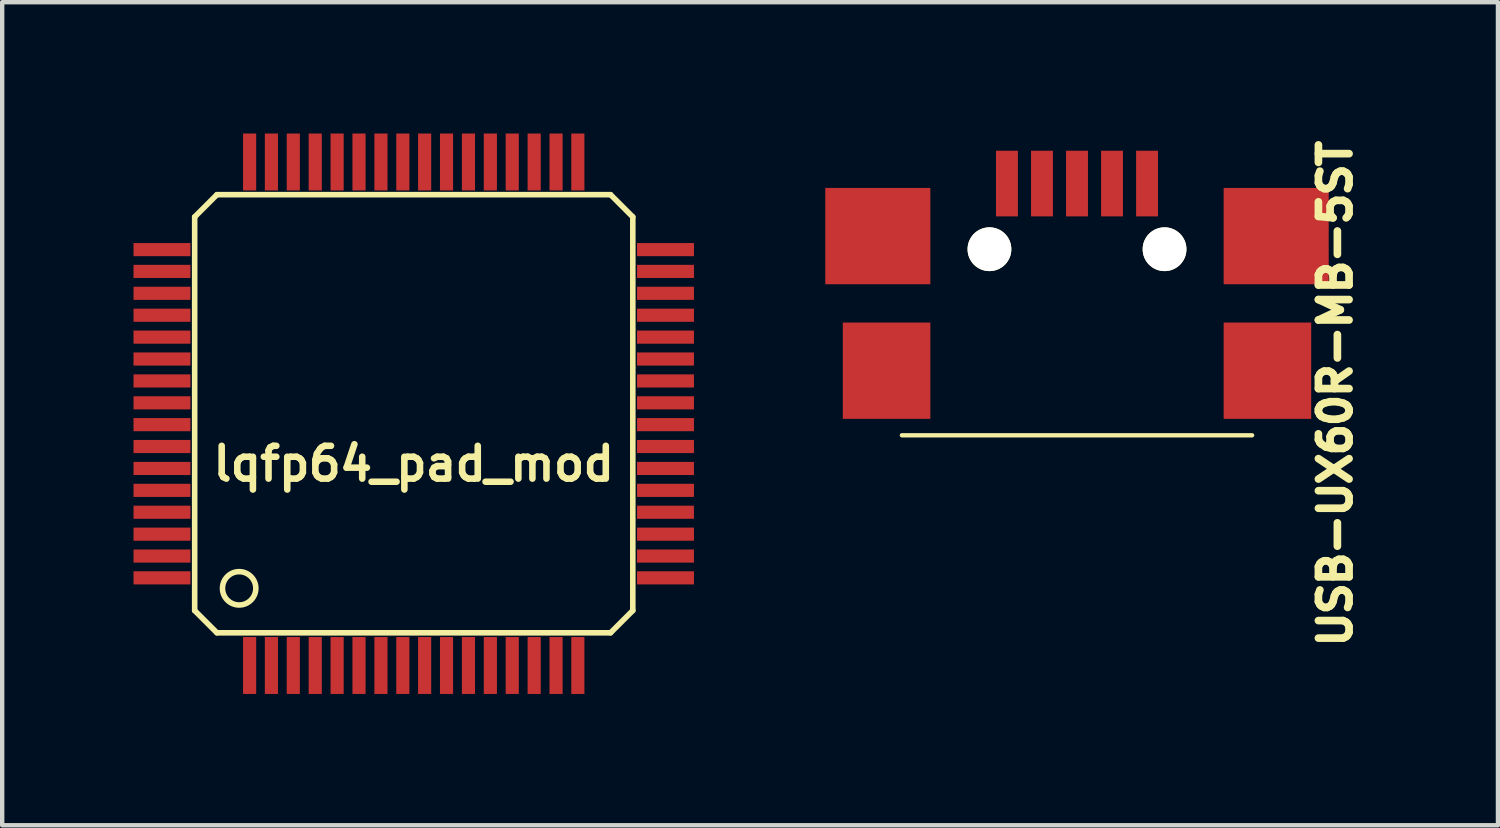
<source format=kicad_pcb>
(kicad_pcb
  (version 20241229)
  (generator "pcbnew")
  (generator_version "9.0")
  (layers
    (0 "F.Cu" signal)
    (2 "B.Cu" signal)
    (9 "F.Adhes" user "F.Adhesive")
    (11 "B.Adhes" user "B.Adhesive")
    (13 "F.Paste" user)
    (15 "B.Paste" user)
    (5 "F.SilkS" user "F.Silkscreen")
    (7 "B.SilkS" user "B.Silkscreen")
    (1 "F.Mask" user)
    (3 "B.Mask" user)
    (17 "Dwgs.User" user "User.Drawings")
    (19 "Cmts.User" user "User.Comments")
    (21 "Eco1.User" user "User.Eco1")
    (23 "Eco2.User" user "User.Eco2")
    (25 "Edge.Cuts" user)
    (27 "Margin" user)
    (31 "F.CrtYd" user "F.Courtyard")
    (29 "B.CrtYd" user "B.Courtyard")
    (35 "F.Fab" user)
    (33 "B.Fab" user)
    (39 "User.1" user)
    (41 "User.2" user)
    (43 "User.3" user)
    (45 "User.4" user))
  (footprint "lqfp64_pad_mod"
    (layer "F.Cu")
    (at 6.401 6.401)
    (property "Reference" "lqfp64_pad_mod" (at 0 1.143 0) (layer "F.SilkS") (effects (font (size 0.749 0.749) (thickness 0.15))))
    (attr through_hole)
    (fp_line (start -5.004 -4.496) (end -4.496 -5.004) (stroke (width 0.127) (type solid)) (layer "F.SilkS"))
    (fp_line (start -5.004 4.496) (end -5.004 -4.496) (stroke (width 0.127) (type solid)) (layer "F.SilkS"))
    (fp_line (start -4.496 -5.004) (end 4.496 -5.004) (stroke (width 0.127) (type solid)) (layer "F.SilkS"))
    (fp_line (start -4.496 5.004) (end -5.004 4.496) (stroke (width 0.127) (type solid)) (layer "F.SilkS"))
    (fp_line (start 4.496 -5.004) (end 5.004 -4.496) (stroke (width 0.127) (type solid)) (layer "F.SilkS"))
    (fp_line (start 4.496 5.004) (end -4.496 5.004) (stroke (width 0.127) (type solid)) (layer "F.SilkS"))
    (fp_line (start 5.004 4.496) (end 4.496 5.004) (stroke (width 0.127) (type solid)) (layer "F.SilkS"))
    (fp_line (start 5.004 4.496) (end 5.004 -4.496) (stroke (width 0.127) (type solid)) (layer "F.SilkS"))
    (fp_circle (center -3.988 3.988) (end -4.216 4.293) (stroke (width 0.127) (type solid)) (fill no) (layer "F.SilkS"))
    (pad "1" smd rect (at -3.749 5.751) (size 0.3 1.3) (layers "F.Cu" "F.Mask" "F.Paste"))
    (pad "2" smd rect (at -3.251 5.751) (size 0.3 1.3) (layers "F.Cu" "F.Mask" "F.Paste"))
    (pad "3" smd rect (at -2.751 5.751) (size 0.3 1.3) (layers "F.Cu" "F.Mask" "F.Paste"))
    (pad "4" smd rect (at -2.25 5.751) (size 0.3 1.3) (layers "F.Cu" "F.Mask" "F.Paste"))
    (pad "5" smd rect (at -1.75 5.751) (size 0.3 1.3) (layers "F.Cu" "F.Mask" "F.Paste"))
    (pad "6" smd rect (at -1.25 5.751) (size 0.3 1.3) (layers "F.Cu" "F.Mask" "F.Paste"))
    (pad "7" smd rect (at -0.749 5.751) (size 0.3 1.3) (layers "F.Cu" "F.Mask" "F.Paste"))
    (pad "8" smd rect (at -0.249 5.751) (size 0.3 1.3) (layers "F.Cu" "F.Mask" "F.Paste"))
    (pad "9" smd rect (at 0.249 5.751) (size 0.3 1.3) (layers "F.Cu" "F.Mask" "F.Paste"))
    (pad "10" smd rect (at 0.749 5.751) (size 0.3 1.3) (layers "F.Cu" "F.Mask" "F.Paste"))
    (pad "11" smd rect (at 1.25 5.751) (size 0.3 1.3) (layers "F.Cu" "F.Mask" "F.Paste"))
    (pad "12" smd rect (at 1.75 5.751) (size 0.3 1.3) (layers "F.Cu" "F.Mask" "F.Paste"))
    (pad "13" smd rect (at 2.25 5.751) (size 0.3 1.3) (layers "F.Cu" "F.Mask" "F.Paste"))
    (pad "14" smd rect (at 2.751 5.751) (size 0.3 1.3) (layers "F.Cu" "F.Mask" "F.Paste"))
    (pad "15" smd rect (at 3.251 5.751) (size 0.3 1.3) (layers "F.Cu" "F.Mask" "F.Paste"))
    (pad "16" smd rect (at 3.749 5.751) (size 0.3 1.3) (layers "F.Cu" "F.Mask" "F.Paste"))
    (pad "17" smd rect (at 5.751 3.749) (size 1.3 0.3) (layers "F.Cu" "F.Mask" "F.Paste"))
    (pad "18" smd rect (at 5.751 3.251) (size 1.3 0.3) (layers "F.Cu" "F.Mask" "F.Paste"))
    (pad "19" smd rect (at 5.751 2.751) (size 1.3 0.3) (layers "F.Cu" "F.Mask" "F.Paste"))
    (pad "20" smd rect (at 5.751 2.25) (size 1.3 0.3) (layers "F.Cu" "F.Mask" "F.Paste"))
    (pad "21" smd rect (at 5.751 1.75) (size 1.3 0.3) (layers "F.Cu" "F.Mask" "F.Paste"))
    (pad "22" smd rect (at 5.751 1.25) (size 1.3 0.3) (layers "F.Cu" "F.Mask" "F.Paste"))
    (pad "23" smd rect (at 5.751 0.749) (size 1.3 0.3) (layers "F.Cu" "F.Mask" "F.Paste"))
    (pad "24" smd rect (at 5.751 0.249) (size 1.3 0.3) (layers "F.Cu" "F.Mask" "F.Paste"))
    (pad "25" smd rect (at 5.751 -0.249) (size 1.3 0.3) (layers "F.Cu" "F.Mask" "F.Paste"))
    (pad "26" smd rect (at 5.751 -0.749) (size 1.3 0.3) (layers "F.Cu" "F.Mask" "F.Paste"))
    (pad "27" smd rect (at 5.751 -1.25) (size 1.3 0.3) (layers "F.Cu" "F.Mask" "F.Paste"))
    (pad "28" smd rect (at 5.751 -1.75) (size 1.3 0.3) (layers "F.Cu" "F.Mask" "F.Paste"))
    (pad "29" smd rect (at 5.751 -2.25) (size 1.3 0.3) (layers "F.Cu" "F.Mask" "F.Paste"))
    (pad "30" smd rect (at 5.751 -2.751) (size 1.3 0.3) (layers "F.Cu" "F.Mask" "F.Paste"))
    (pad "31" smd rect (at 5.751 -3.251) (size 1.3 0.3) (layers "F.Cu" "F.Mask" "F.Paste"))
    (pad "32" smd rect (at 5.751 -3.749) (size 1.3 0.3) (layers "F.Cu" "F.Mask" "F.Paste"))
    (pad "33" smd rect (at 3.749 -5.751) (size 0.3 1.3) (layers "F.Cu" "F.Mask" "F.Paste"))
    (pad "34" smd rect (at 3.251 -5.751) (size 0.3 1.3) (layers "F.Cu" "F.Mask" "F.Paste"))
    (pad "35" smd rect (at 2.751 -5.751) (size 0.3 1.3) (layers "F.Cu" "F.Mask" "F.Paste"))
    (pad "36" smd rect (at 2.25 -5.751) (size 0.3 1.3) (layers "F.Cu" "F.Mask" "F.Paste"))
    (pad "37" smd rect (at 1.75 -5.751) (size 0.3 1.3) (layers "F.Cu" "F.Mask" "F.Paste"))
    (pad "38" smd rect (at 1.25 -5.751) (size 0.3 1.3) (layers "F.Cu" "F.Mask" "F.Paste"))
    (pad "39" smd rect (at 0.749 -5.751) (size 0.3 1.3) (layers "F.Cu" "F.Mask" "F.Paste"))
    (pad "40" smd rect (at 0.249 -5.751) (size 0.3 1.3) (layers "F.Cu" "F.Mask" "F.Paste"))
    (pad "41" smd rect (at -0.249 -5.751) (size 0.3 1.3) (layers "F.Cu" "F.Mask" "F.Paste"))
    (pad "42" smd rect (at -0.749 -5.751) (size 0.3 1.3) (layers "F.Cu" "F.Mask" "F.Paste"))
    (pad "43" smd rect (at -1.25 -5.751) (size 0.3 1.3) (layers "F.Cu" "F.Mask" "F.Paste"))
    (pad "44" smd rect (at -1.75 -5.751) (size 0.3 1.3) (layers "F.Cu" "F.Mask" "F.Paste"))
    (pad "45" smd rect (at -2.25 -5.751) (size 0.3 1.3) (layers "F.Cu" "F.Mask" "F.Paste"))
    (pad "46" smd rect (at -2.751 -5.751) (size 0.3 1.3) (layers "F.Cu" "F.Mask" "F.Paste"))
    (pad "47" smd rect (at -3.251 -5.751) (size 0.3 1.3) (layers "F.Cu" "F.Mask" "F.Paste"))
    (pad "48" smd rect (at -3.749 -5.751) (size 0.3 1.3) (layers "F.Cu" "F.Mask" "F.Paste"))
    (pad "49" smd rect (at -5.751 -3.749) (size 1.3 0.3) (layers "F.Cu" "F.Mask" "F.Paste"))
    (pad "50" smd rect (at -5.751 -3.251) (size 1.3 0.3) (layers "F.Cu" "F.Mask" "F.Paste"))
    (pad "51" smd rect (at -5.751 -2.751) (size 1.3 0.3) (layers "F.Cu" "F.Mask" "F.Paste"))
    (pad "52" smd rect (at -5.751 -2.25) (size 1.3 0.3) (layers "F.Cu" "F.Mask" "F.Paste"))
    (pad "53" smd rect (at -5.751 -1.75) (size 1.3 0.3) (layers "F.Cu" "F.Mask" "F.Paste"))
    (pad "54" smd rect (at -5.751 -1.25) (size 1.3 0.3) (layers "F.Cu" "F.Mask" "F.Paste"))
    (pad "55" smd rect (at -5.751 -0.749) (size 1.3 0.3) (layers "F.Cu" "F.Mask" "F.Paste"))
    (pad "56" smd rect (at -5.751 -0.249) (size 1.3 0.3) (layers "F.Cu" "F.Mask" "F.Paste"))
    (pad "57" smd rect (at -5.751 0.249) (size 1.3 0.3) (layers "F.Cu" "F.Mask" "F.Paste"))
    (pad "58" smd rect (at -5.751 0.749) (size 1.3 0.3) (layers "F.Cu" "F.Mask" "F.Paste"))
    (pad "59" smd rect (at -5.751 1.25) (size 1.3 0.3) (layers "F.Cu" "F.Mask" "F.Paste"))
    (pad "60" smd rect (at -5.751 1.75) (size 1.3 0.3) (layers "F.Cu" "F.Mask" "F.Paste"))
    (pad "61" smd rect (at -5.751 2.25) (size 1.3 0.3) (layers "F.Cu" "F.Mask" "F.Paste"))
    (pad "62" smd rect (at -5.751 2.751) (size 1.3 0.3) (layers "F.Cu" "F.Mask" "F.Paste"))
    (pad "63" smd rect (at -5.751 3.251) (size 1.3 0.3) (layers "F.Cu" "F.Mask" "F.Paste"))
    (pad "64" smd rect (at -5.751 3.749) (size 1.3 0.3) (layers "F.Cu" "F.Mask" "F.Paste")))
  (footprint "USB-UX60R-MB-5ST"
    (layer "F.Cu")
    (at 21.552 2.643)
    (property "Reference" "USB-UX60R-MB-5ST" (at 5.9 3.3 90) (layer "F.SilkS") (effects (font (size 0.7 0.7) (thickness 0.175))))
    (attr through_hole)
    (fp_line (start -4 4.25) (end 4 4.25) (stroke (width 0.099) (type solid)) (layer "F.SilkS"))
    (pad "" np_thru_hole circle (at -2 0) (size 1 1) (drill 1) (layers "*.Cu" "*.Mask" "F.SilkS"))
    (pad "" np_thru_hole circle (at 2 0) (size 1 1) (drill 1) (layers "*.Cu" "*.Mask" "F.SilkS"))
    (pad "1" smd rect (at 1.6 -1.5) (size 0.5 1.5) (layers "F.Cu" "F.Mask" "F.Paste"))
    (pad "2" smd rect (at 0.8 -1.5) (size 0.5 1.5) (layers "F.Cu" "F.Mask" "F.Paste"))
    (pad "3" smd rect (at 0 -1.5) (size 0.5 1.5) (layers "F.Cu" "F.Mask" "F.Paste"))
    (pad "4" smd rect (at -0.8 -1.5) (size 0.5 1.5) (layers "F.Cu" "F.Mask" "F.Paste"))
    (pad "5" smd rect (at -4.55 -0.3) (size 2.4 2.2) (layers "F.Cu" "F.Mask" "F.Paste"))
    (pad "5" smd rect (at -4.35 2.775) (size 2 2.2) (layers "F.Cu" "F.Mask" "F.Paste"))
    (pad "5" smd rect (at -1.6 -1.5) (size 0.5 1.5) (layers "F.Cu" "F.Mask" "F.Paste"))
    (pad "5" smd rect (at 4.35 2.775) (size 2 2.2) (layers "F.Cu" "F.Mask" "F.Paste"))
    (pad "5" smd rect (at 4.55 -0.3) (size 2.4 2.2) (layers "F.Cu" "F.Mask" "F.Paste")))
  (gr_rect
    (start -3 -3)
    (end 31.168 15.802)
    (stroke (width 0.1) (type default))
    (fill no)
    (layer "Edge.Cuts")))
</source>
